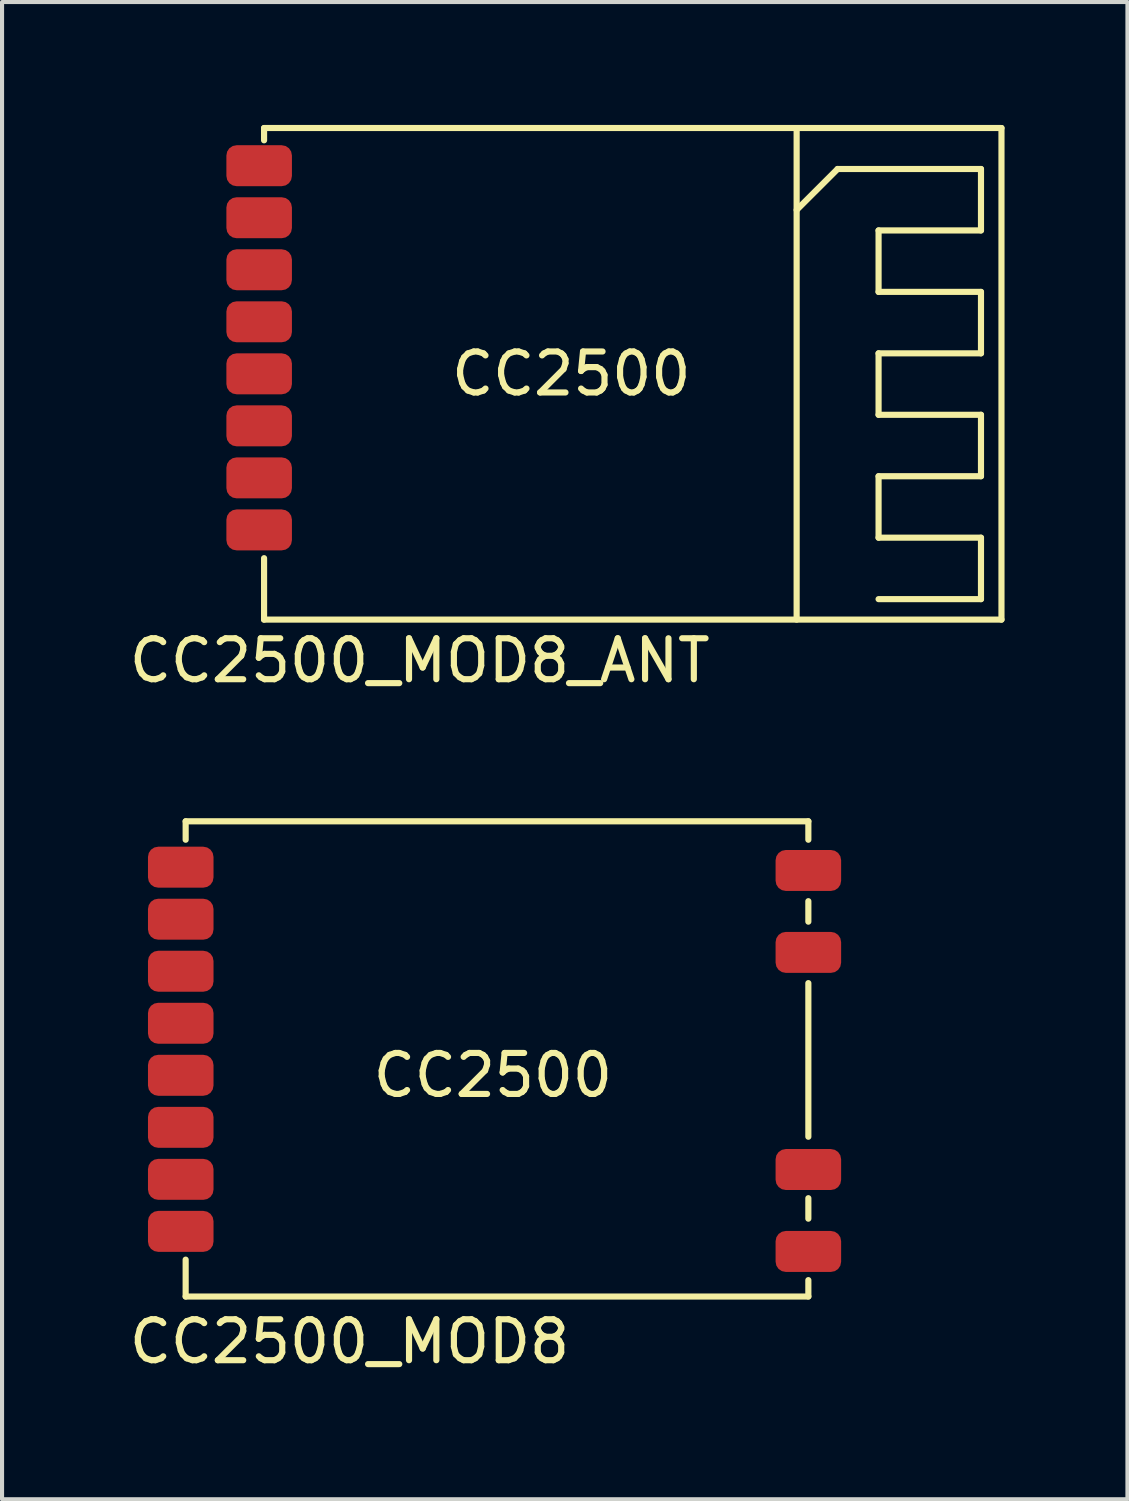
<source format=kicad_pcb>
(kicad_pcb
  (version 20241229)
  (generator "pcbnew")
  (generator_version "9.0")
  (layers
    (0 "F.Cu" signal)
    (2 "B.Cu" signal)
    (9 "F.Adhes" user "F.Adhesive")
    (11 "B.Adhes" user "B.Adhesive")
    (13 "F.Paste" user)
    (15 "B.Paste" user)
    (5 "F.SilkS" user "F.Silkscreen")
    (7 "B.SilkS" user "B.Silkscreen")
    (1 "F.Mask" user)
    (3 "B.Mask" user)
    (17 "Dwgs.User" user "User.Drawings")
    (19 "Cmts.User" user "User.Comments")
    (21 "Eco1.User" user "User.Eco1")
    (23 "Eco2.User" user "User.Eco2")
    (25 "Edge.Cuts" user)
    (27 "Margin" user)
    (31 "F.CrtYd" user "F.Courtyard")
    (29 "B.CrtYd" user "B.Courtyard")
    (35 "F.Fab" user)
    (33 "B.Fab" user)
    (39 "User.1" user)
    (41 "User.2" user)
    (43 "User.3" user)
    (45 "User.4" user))
  (footprint "CC2500_MOD8"
    (layer "F.Cu")
    (at 8.982 23.198)
    (property "Reference" "CC2500_MOD8" (at -3.5 6.5 0) (layer "F.SilkS") (effects (font (size 1 1) (thickness 0.15))))
    (attr through_hole)
    (fp_line (start -7.5 -6.2) (end 7.7 -6.2) (stroke (width 0.15) (type solid)) (layer "F.SilkS"))
    (fp_line (start -7.5 -5.75) (end -7.5 -6.2) (stroke (width 0.15) (type solid)) (layer "F.SilkS"))
    (fp_line (start -7.5 4.5) (end -7.5 5.4) (stroke (width 0.15) (type solid)) (layer "F.SilkS"))
    (fp_line (start 7.7 -5.75) (end 7.7 -6.2) (stroke (width 0.15) (type solid)) (layer "F.SilkS"))
    (fp_line (start 7.7 -4.25) (end 7.7 -3.75) (stroke (width 0.15) (type solid)) (layer "F.SilkS"))
    (fp_line (start 7.7 -2.25) (end 7.7 1.5) (stroke (width 0.15) (type solid)) (layer "F.SilkS"))
    (fp_line (start 7.7 3) (end 7.7 3.5) (stroke (width 0.15) (type solid)) (layer "F.SilkS"))
    (fp_line (start 7.7 5) (end 7.7 5.4) (stroke (width 0.15) (type solid)) (layer "F.SilkS"))
    (fp_line (start 7.7 5.4) (end -7.5 5.4) (stroke (width 0.15) (type solid)) (layer "F.SilkS"))
    (fp_text user "CC2500" (at 0 0 0) (layer "F.SilkS") (effects (font (size 1 1) (thickness 0.15))))
    (pad "1" smd roundrect (at -7.62 -5.08) (size 1.6 1) (layers "F.Cu" "F.Mask" "F.Paste") (roundrect_rratio 0.25))
    (pad "2" smd roundrect (at -7.62 -3.81) (size 1.6 1) (layers "F.Cu" "F.Mask" "F.Paste") (roundrect_rratio 0.25))
    (pad "3" smd roundrect (at -7.62 -2.54) (size 1.6 1) (layers "F.Cu" "F.Mask" "F.Paste") (roundrect_rratio 0.25))
    (pad "4" smd roundrect (at -7.62 -1.27) (size 1.6 1) (layers "F.Cu" "F.Mask" "F.Paste") (roundrect_rratio 0.25))
    (pad "5" smd roundrect (at -7.62 0) (size 1.6 1) (layers "F.Cu" "F.Mask" "F.Paste") (roundrect_rratio 0.25))
    (pad "6" smd roundrect (at -7.62 1.27) (size 1.6 1) (layers "F.Cu" "F.Mask" "F.Paste") (roundrect_rratio 0.25))
    (pad "7" smd roundrect (at -7.62 2.54) (size 1.6 1) (layers "F.Cu" "F.Mask" "F.Paste") (roundrect_rratio 0.25))
    (pad "8" smd roundrect (at -7.62 3.81) (size 1.6 1) (layers "F.Cu" "F.Mask" "F.Paste") (roundrect_rratio 0.25))
    (pad "9" smd roundrect (at 7.7 4.3) (size 1.6 1) (layers "F.Cu" "F.Mask" "F.Paste") (roundrect_rratio 0.25))
    (pad "10" smd roundrect (at 7.7 2.3) (size 1.6 1) (layers "F.Cu" "F.Mask" "F.Paste") (roundrect_rratio 0.25))
    (pad "11" smd roundrect (at 7.7 -3) (size 1.6 1) (layers "F.Cu" "F.Mask" "F.Paste") (roundrect_rratio 0.25))
    (pad "12" smd roundrect (at 7.7 -5) (size 1.6 1) (layers "F.Cu" "F.Mask" "F.Paste") (roundrect_rratio 0.25)))
  (footprint "CC2500_MOD8_ANT"
    (layer "F.Cu")
    (at 10.896 6.075)
    (property "Reference" "CC2500_MOD8_ANT" (at -3.7 7 0) (layer "F.SilkS") (effects (font (size 1 1) (thickness 0.15))))
    (attr through_hole)
    (fp_line (start -7.5 -6) (end 10.5 -6) (stroke (width 0.15) (type solid)) (layer "F.SilkS"))
    (fp_line (start -7.5 -5.7) (end -7.5 -6) (stroke (width 0.15) (type solid)) (layer "F.SilkS"))
    (fp_line (start -7.5 4.5) (end -7.5 6) (stroke (width 0.15) (type solid)) (layer "F.SilkS"))
    (fp_line (start 5.5 -6) (end 5.5 6) (stroke (width 0.15) (type solid)) (layer "F.SilkS"))
    (fp_line (start 5.5 -4) (end 6.5 -5) (stroke (width 0.15) (type solid)) (layer "F.SilkS"))
    (fp_line (start 6.5 -5) (end 10 -5) (stroke (width 0.15) (type solid)) (layer "F.SilkS"))
    (fp_line (start 7.5 -3.5) (end 7.5 -2) (stroke (width 0.15) (type solid)) (layer "F.SilkS"))
    (fp_line (start 7.5 -2) (end 10 -2) (stroke (width 0.15) (type solid)) (layer "F.SilkS"))
    (fp_line (start 7.5 -0.5) (end 7.5 1) (stroke (width 0.15) (type solid)) (layer "F.SilkS"))
    (fp_line (start 7.5 1) (end 10 1) (stroke (width 0.15) (type solid)) (layer "F.SilkS"))
    (fp_line (start 7.5 2.5) (end 7.5 4) (stroke (width 0.15) (type solid)) (layer "F.SilkS"))
    (fp_line (start 7.5 4) (end 10 4) (stroke (width 0.15) (type solid)) (layer "F.SilkS"))
    (fp_line (start 10 -5) (end 10 -3.5) (stroke (width 0.15) (type solid)) (layer "F.SilkS"))
    (fp_line (start 10 -3.5) (end 7.5 -3.5) (stroke (width 0.15) (type solid)) (layer "F.SilkS"))
    (fp_line (start 10 -2) (end 10 -0.5) (stroke (width 0.15) (type solid)) (layer "F.SilkS"))
    (fp_line (start 10 -0.5) (end 7.5 -0.5) (stroke (width 0.15) (type solid)) (layer "F.SilkS"))
    (fp_line (start 10 1) (end 10 2.5) (stroke (width 0.15) (type solid)) (layer "F.SilkS"))
    (fp_line (start 10 2.5) (end 7.5 2.5) (stroke (width 0.15) (type solid)) (layer "F.SilkS"))
    (fp_line (start 10 4) (end 10 5.5) (stroke (width 0.15) (type solid)) (layer "F.SilkS"))
    (fp_line (start 10 5.5) (end 7.5 5.5) (stroke (width 0.15) (type solid)) (layer "F.SilkS"))
    (fp_line (start 10.5 -6) (end 10.5 6) (stroke (width 0.15) (type solid)) (layer "F.SilkS"))
    (fp_line (start 10.5 6) (end -7.5 6) (stroke (width 0.15) (type solid)) (layer "F.SilkS"))
    (fp_text user "CC2500" (at 0 0 0) (layer "F.SilkS") (effects (font (size 1 1) (thickness 0.15))))
    (pad "1" smd roundrect (at -7.62 -5.08) (size 1.6 1) (layers "F.Cu" "F.Mask" "F.Paste") (roundrect_rratio 0.25))
    (pad "2" smd roundrect (at -7.62 -3.81) (size 1.6 1) (layers "F.Cu" "F.Mask" "F.Paste") (roundrect_rratio 0.25))
    (pad "3" smd roundrect (at -7.62 -2.54) (size 1.6 1) (layers "F.Cu" "F.Mask" "F.Paste") (roundrect_rratio 0.25))
    (pad "4" smd roundrect (at -7.62 -1.27) (size 1.6 1) (layers "F.Cu" "F.Mask" "F.Paste") (roundrect_rratio 0.25))
    (pad "5" smd roundrect (at -7.62 0) (size 1.6 1) (layers "F.Cu" "F.Mask" "F.Paste") (roundrect_rratio 0.25))
    (pad "6" smd roundrect (at -7.62 1.27) (size 1.6 1) (layers "F.Cu" "F.Mask" "F.Paste") (roundrect_rratio 0.25))
    (pad "7" smd roundrect (at -7.62 2.54) (size 1.6 1) (layers "F.Cu" "F.Mask" "F.Paste") (roundrect_rratio 0.25))
    (pad "8" smd roundrect (at -7.62 3.81) (size 1.6 1) (layers "F.Cu" "F.Mask" "F.Paste") (roundrect_rratio 0.25)))
  (gr_rect
    (start -3 -3)
    (end 24.471 33.547)
    (stroke (width 0.1) (type default))
    (fill no)
    (layer "Edge.Cuts")))
</source>
